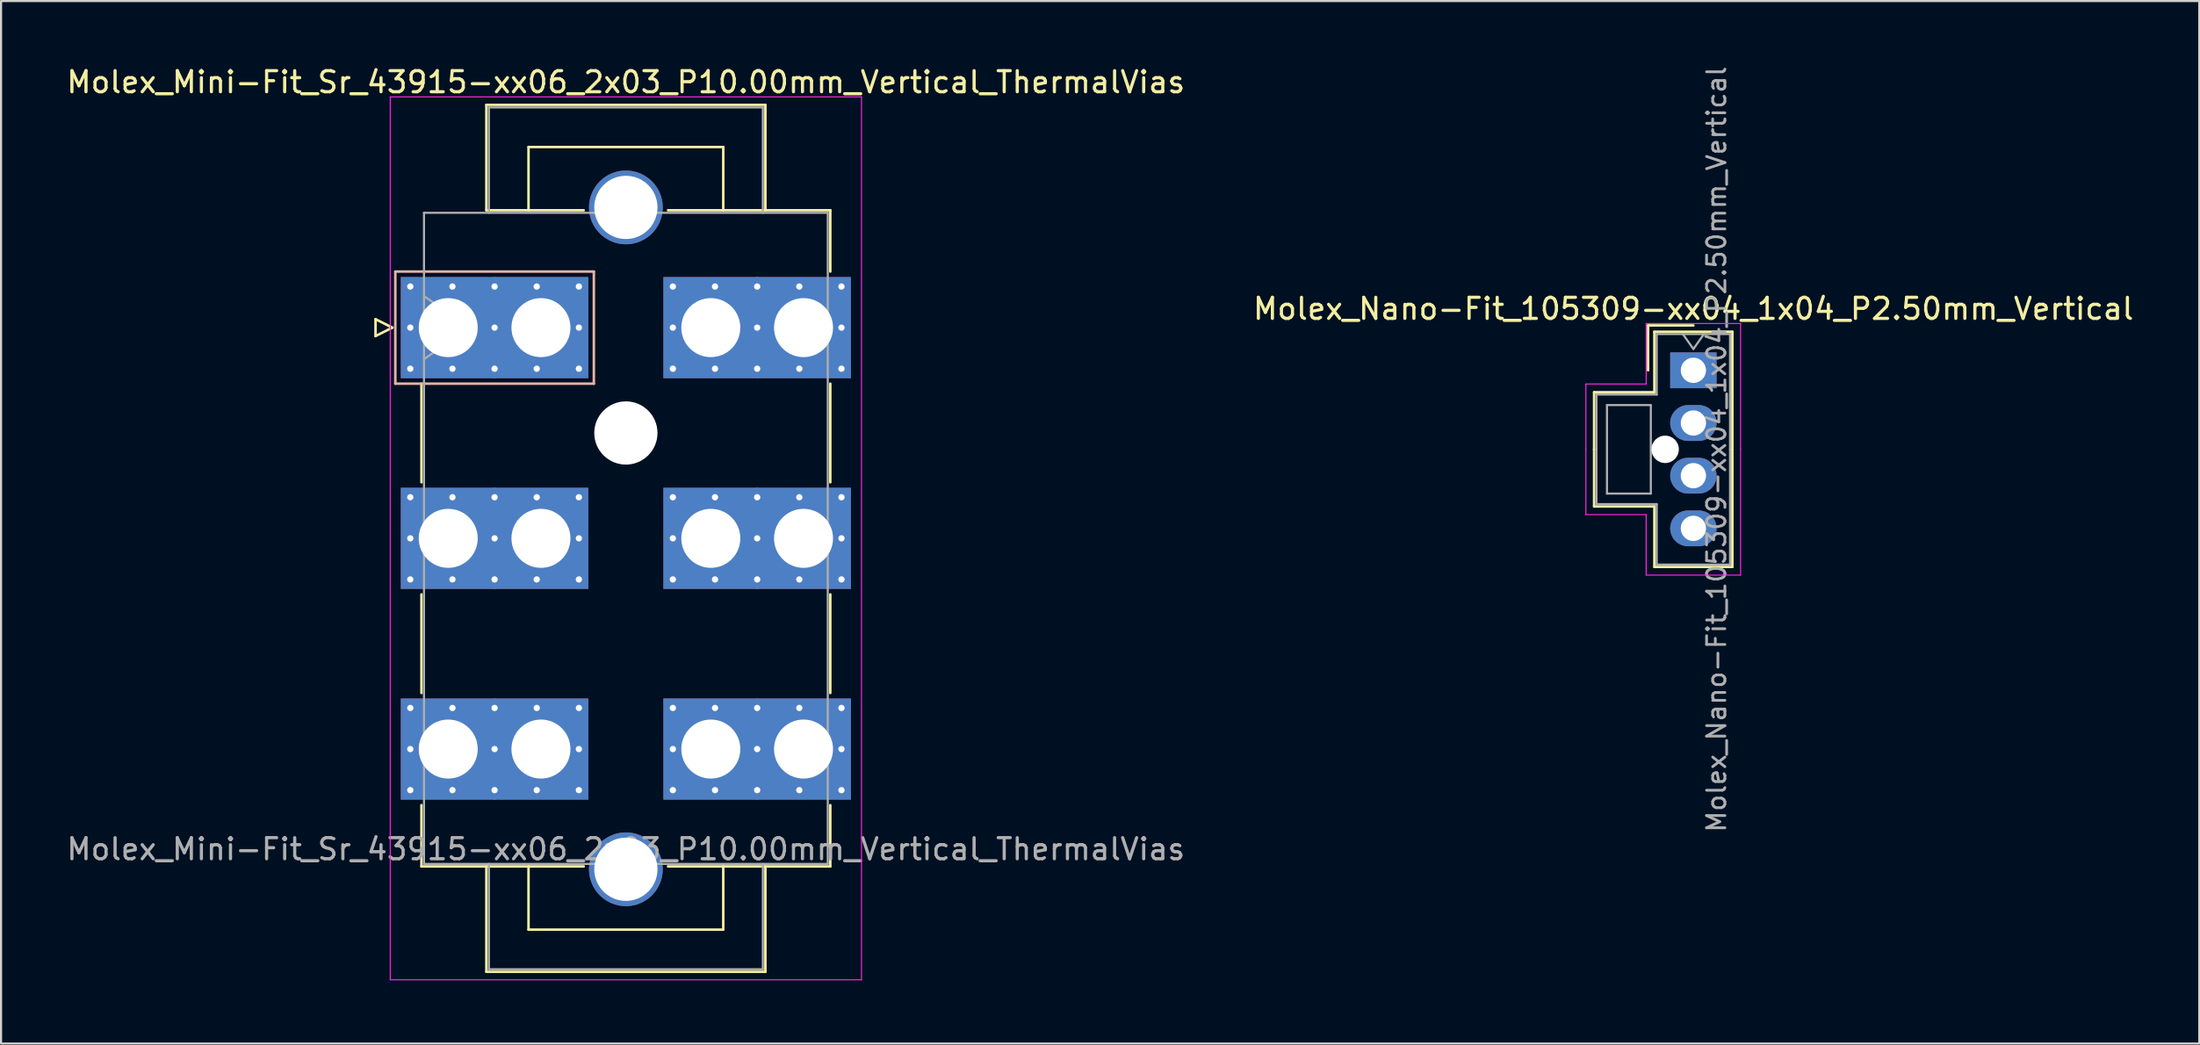
<source format=kicad_pcb>
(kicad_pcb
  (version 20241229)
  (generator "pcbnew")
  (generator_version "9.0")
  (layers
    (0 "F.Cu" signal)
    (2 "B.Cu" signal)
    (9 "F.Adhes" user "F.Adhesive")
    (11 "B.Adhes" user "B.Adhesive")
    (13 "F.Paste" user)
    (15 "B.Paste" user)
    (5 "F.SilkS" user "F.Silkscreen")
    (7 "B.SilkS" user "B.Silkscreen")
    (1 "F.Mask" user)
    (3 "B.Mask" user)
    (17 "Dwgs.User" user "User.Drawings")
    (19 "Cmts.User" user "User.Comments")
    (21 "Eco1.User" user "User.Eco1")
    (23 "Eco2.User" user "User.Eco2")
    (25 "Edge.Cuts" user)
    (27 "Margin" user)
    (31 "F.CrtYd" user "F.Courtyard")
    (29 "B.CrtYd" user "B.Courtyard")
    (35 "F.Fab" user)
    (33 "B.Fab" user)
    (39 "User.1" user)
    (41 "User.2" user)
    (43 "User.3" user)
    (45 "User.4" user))
  (footprint "Molex_Mini-Fit_Sr_43915-xx06_2x03_P10.00mm_Vertical_ThermalVias"
    (layer "F.Cu")
    (at 18.219 12.498)
    (property "Reference" "Molex_Mini-Fit_Sr_43915-xx06_2x03_P10.00mm_Vertical_ThermalVias" (at 8.43 -11.65 0) (layer "F.SilkS") (effects (font (size 1 1) (thickness 0.15))))
    (attr through_hole)
    (fp_line (start -3.45 -0.4) (end -3.45 0.4) (stroke (width 0.12) (type solid)) (layer "F.SilkS"))
    (fp_line (start -3.45 0.4) (end -2.65 0) (stroke (width 0.12) (type solid)) (layer "F.SilkS"))
    (fp_line (start -2.65 0) (end -3.45 -0.4) (stroke (width 0.12) (type solid)) (layer "F.SilkS"))
    (fp_line (start -1.27 2.66) (end -1.27 7.34) (stroke (width 0.12) (type solid)) (layer "F.SilkS"))
    (fp_line (start -1.27 12.66) (end -1.27 17.34) (stroke (width 0.12) (type solid)) (layer "F.SilkS"))
    (fp_line (start -1.27 22.66) (end -1.27 25.57) (stroke (width 0.12) (type solid)) (layer "F.SilkS"))
    (fp_line (start -1.27 25.57) (end 6.43 25.57) (stroke (width 0.12) (type solid)) (layer "F.SilkS"))
    (fp_line (start 1.81 -10.57) (end 15.05 -10.57) (stroke (width 0.12) (type solid)) (layer "F.SilkS"))
    (fp_line (start 1.81 -5.57) (end 1.81 -10.57) (stroke (width 0.12) (type solid)) (layer "F.SilkS"))
    (fp_line (start 1.81 25.57) (end 1.81 30.57) (stroke (width 0.12) (type solid)) (layer "F.SilkS"))
    (fp_line (start 1.81 30.57) (end 15.05 30.57) (stroke (width 0.12) (type solid)) (layer "F.SilkS"))
    (fp_line (start 3.81 -8.57) (end 13.05 -8.57) (stroke (width 0.12) (type solid)) (layer "F.SilkS"))
    (fp_line (start 3.81 -5.57) (end 3.81 -8.57) (stroke (width 0.12) (type solid)) (layer "F.SilkS"))
    (fp_line (start 3.81 25.57) (end 3.81 28.57) (stroke (width 0.12) (type solid)) (layer "F.SilkS"))
    (fp_line (start 3.81 28.57) (end 13.05 28.57) (stroke (width 0.12) (type solid)) (layer "F.SilkS"))
    (fp_line (start 6.43 -5.57) (end 1.81 -5.57) (stroke (width 0.12) (type solid)) (layer "F.SilkS"))
    (fp_line (start 13.05 -8.57) (end 13.05 -5.57) (stroke (width 0.12) (type solid)) (layer "F.SilkS"))
    (fp_line (start 13.05 28.57) (end 13.05 25.57) (stroke (width 0.12) (type solid)) (layer "F.SilkS"))
    (fp_line (start 15.05 -10.57) (end 15.05 -5.57) (stroke (width 0.12) (type solid)) (layer "F.SilkS"))
    (fp_line (start 15.05 30.57) (end 15.05 25.57) (stroke (width 0.12) (type solid)) (layer "F.SilkS"))
    (fp_line (start 18.13 -5.57) (end 10.43 -5.57) (stroke (width 0.12) (type solid)) (layer "F.SilkS"))
    (fp_line (start 18.13 -2.66) (end 18.13 -5.57) (stroke (width 0.12) (type solid)) (layer "F.SilkS"))
    (fp_line (start 18.13 2.66) (end 18.13 7.34) (stroke (width 0.12) (type solid)) (layer "F.SilkS"))
    (fp_line (start 18.13 12.66) (end 18.13 17.34) (stroke (width 0.12) (type solid)) (layer "F.SilkS"))
    (fp_line (start 18.13 22.66) (end 18.13 25.57) (stroke (width 0.12) (type solid)) (layer "F.SilkS"))
    (fp_line (start 18.13 25.57) (end 10.43 25.57) (stroke (width 0.12) (type solid)) (layer "F.SilkS"))
    (fp_line (start -2.51 -2.66) (end -2.51 2.66) (stroke (width 0.12) (type solid)) (layer "B.SilkS"))
    (fp_line (start -2.51 2.66) (end 6.91 2.66) (stroke (width 0.12) (type solid)) (layer "B.SilkS"))
    (fp_line (start 6.91 -2.66) (end -2.51 -2.66) (stroke (width 0.12) (type solid)) (layer "B.SilkS"))
    (fp_line (start 6.91 2.66) (end 6.91 -2.66) (stroke (width 0.12) (type solid)) (layer "B.SilkS"))
    (fp_line (start -2.75 -10.95) (end -2.75 30.95) (stroke (width 0.05) (type solid)) (layer "F.CrtYd"))
    (fp_line (start -2.75 30.95) (end 19.61 30.95) (stroke (width 0.05) (type solid)) (layer "F.CrtYd"))
    (fp_line (start 19.61 -10.95) (end -2.75 -10.95) (stroke (width 0.05) (type solid)) (layer "F.CrtYd"))
    (fp_line (start 19.61 30.95) (end 19.61 -10.95) (stroke (width 0.05) (type solid)) (layer "F.CrtYd"))
    (fp_line (start -1.15 -5.45) (end -1.15 25.45) (stroke (width 0.1) (type solid)) (layer "F.Fab"))
    (fp_line (start -1.15 -1.5) (end 0.971 0) (stroke (width 0.1) (type solid)) (layer "F.Fab"))
    (fp_line (start -1.15 25.45) (end 18.01 25.45) (stroke (width 0.1) (type solid)) (layer "F.Fab"))
    (fp_line (start 0.971 0) (end -1.15 1.5) (stroke (width 0.1) (type solid)) (layer "F.Fab"))
    (fp_line (start 1.93 -10.45) (end 14.93 -10.45) (stroke (width 0.1) (type solid)) (layer "F.Fab"))
    (fp_line (start 1.93 -5.45) (end 1.93 -10.45) (stroke (width 0.1) (type solid)) (layer "F.Fab"))
    (fp_line (start 1.93 25.45) (end 1.93 30.45) (stroke (width 0.1) (type solid)) (layer "F.Fab"))
    (fp_line (start 1.93 30.45) (end 14.93 30.45) (stroke (width 0.1) (type solid)) (layer "F.Fab"))
    (fp_line (start 14.93 -10.45) (end 14.93 -5.45) (stroke (width 0.1) (type solid)) (layer "F.Fab"))
    (fp_line (start 14.93 30.45) (end 14.93 25.45) (stroke (width 0.1) (type solid)) (layer "F.Fab"))
    (fp_line (start 18.01 -5.45) (end -1.15 -5.45) (stroke (width 0.1) (type solid)) (layer "F.Fab"))
    (fp_line (start 18.01 25.45) (end 18.01 -5.45) (stroke (width 0.1) (type solid)) (layer "F.Fab"))
    (fp_text user "${REFERENCE}" (at 8.43 24.75 0) (layer "F.Fab") (effects (font (size 1 1) (thickness 0.15))))
    (pad "" thru_hole circle (at 8.43 -5.705) (size 3.5 3.5) (drill 3) (layers "*.Cu" "*.Mask"))
    (pad "" np_thru_hole circle (at 8.43 5) (size 3 3) (drill 3) (layers "*.Cu" "*.Mask"))
    (pad "" thru_hole circle (at 8.43 25.705) (size 3.5 3.5) (drill 3) (layers "*.Cu" "*.Mask"))
    (pad "1" thru_hole rect (at -1.8 -1.95) (size 0.6 0.6) (drill 0.3) (layers "*.Cu" "*.Mask"))
    (pad "1" thru_hole rect (at -1.8 0) (size 0.6 0.6) (drill 0.3) (layers "*.Cu" "*.Mask"))
    (pad "1" thru_hole rect (at -1.8 1.95) (size 0.6 0.6) (drill 0.3) (layers "*.Cu" "*.Mask"))
    (pad "1" thru_hole rect (at 0 0) (size 4.5 4.8) (drill 2.8) (layers "*.Cu" "*.Mask"))
    (pad "1" thru_hole rect (at 0.2 -1.95) (size 0.6 0.6) (drill 0.3) (layers "*.Cu" "*.Mask"))
    (pad "1" thru_hole rect (at 0.2 1.95) (size 0.6 0.6) (drill 0.3) (layers "*.Cu" "*.Mask"))
    (pad "1" thru_hole rect (at 2.2 -1.95) (size 0.6 0.6) (drill 0.3) (layers "*.Cu" "*.Mask"))
    (pad "1" thru_hole rect (at 2.2 0) (size 0.6 0.6) (drill 0.3) (layers "*.Cu" "*.Mask"))
    (pad "1" thru_hole rect (at 2.2 1.95) (size 0.6 0.6) (drill 0.3) (layers "*.Cu" "*.Mask"))
    (pad "1" thru_hole rect (at 4.2 -1.95) (size 0.6 0.6) (drill 0.3) (layers "*.Cu" "*.Mask"))
    (pad "1" thru_hole rect (at 4.2 1.95) (size 0.6 0.6) (drill 0.3) (layers "*.Cu" "*.Mask"))
    (pad "1" thru_hole rect (at 4.4 0) (size 4.5 4.8) (drill 2.8) (layers "*.Cu" "*.Mask"))
    (pad "1" thru_hole rect (at 6.2 -1.95) (size 0.6 0.6) (drill 0.3) (layers "*.Cu" "*.Mask"))
    (pad "1" thru_hole rect (at 6.2 0) (size 0.6 0.6) (drill 0.3) (layers "*.Cu" "*.Mask"))
    (pad "1" thru_hole rect (at 6.2 1.95) (size 0.6 0.6) (drill 0.3) (layers "*.Cu" "*.Mask"))
    (pad "2" thru_hole circle (at -1.8 8.05) (size 0.6 0.6) (drill 0.3) (layers "*.Cu" "*.Mask"))
    (pad "2" thru_hole circle (at -1.8 10) (size 0.6 0.6) (drill 0.3) (layers "*.Cu" "*.Mask"))
    (pad "2" thru_hole circle (at -1.8 11.95) (size 0.6 0.6) (drill 0.3) (layers "*.Cu" "*.Mask"))
    (pad "2" thru_hole rect (at 0 10) (size 4.5 4.8) (drill 2.8) (layers "*.Cu" "*.Mask"))
    (pad "2" thru_hole circle (at 0.2 8.05) (size 0.6 0.6) (drill 0.3) (layers "*.Cu" "*.Mask"))
    (pad "2" thru_hole circle (at 0.2 11.95) (size 0.6 0.6) (drill 0.3) (layers "*.Cu" "*.Mask"))
    (pad "2" thru_hole circle (at 2.2 8.05) (size 0.6 0.6) (drill 0.3) (layers "*.Cu" "*.Mask"))
    (pad "2" thru_hole circle (at 2.2 10) (size 0.6 0.6) (drill 0.3) (layers "*.Cu" "*.Mask"))
    (pad "2" thru_hole circle (at 2.2 11.95) (size 0.6 0.6) (drill 0.3) (layers "*.Cu" "*.Mask"))
    (pad "2" thru_hole circle (at 4.2 8.05) (size 0.6 0.6) (drill 0.3) (layers "*.Cu" "*.Mask"))
    (pad "2" thru_hole circle (at 4.2 11.95) (size 0.6 0.6) (drill 0.3) (layers "*.Cu" "*.Mask"))
    (pad "2" thru_hole rect (at 4.4 10) (size 4.5 4.8) (drill 2.8) (layers "*.Cu" "*.Mask"))
    (pad "2" thru_hole circle (at 6.2 8.05) (size 0.6 0.6) (drill 0.3) (layers "*.Cu" "*.Mask"))
    (pad "2" thru_hole circle (at 6.2 10) (size 0.6 0.6) (drill 0.3) (layers "*.Cu" "*.Mask"))
    (pad "2" thru_hole circle (at 6.2 11.95) (size 0.6 0.6) (drill 0.3) (layers "*.Cu" "*.Mask"))
    (pad "3" thru_hole circle (at -1.8 18.05) (size 0.6 0.6) (drill 0.3) (layers "*.Cu" "*.Mask"))
    (pad "3" thru_hole circle (at -1.8 20) (size 0.6 0.6) (drill 0.3) (layers "*.Cu" "*.Mask"))
    (pad "3" thru_hole circle (at -1.8 21.95) (size 0.6 0.6) (drill 0.3) (layers "*.Cu" "*.Mask"))
    (pad "3" thru_hole rect (at 0 20) (size 4.5 4.8) (drill 2.8) (layers "*.Cu" "*.Mask"))
    (pad "3" thru_hole circle (at 0.2 18.05) (size 0.6 0.6) (drill 0.3) (layers "*.Cu" "*.Mask"))
    (pad "3" thru_hole circle (at 0.2 21.95) (size 0.6 0.6) (drill 0.3) (layers "*.Cu" "*.Mask"))
    (pad "3" thru_hole circle (at 2.2 18.05) (size 0.6 0.6) (drill 0.3) (layers "*.Cu" "*.Mask"))
    (pad "3" thru_hole circle (at 2.2 20) (size 0.6 0.6) (drill 0.3) (layers "*.Cu" "*.Mask"))
    (pad "3" thru_hole circle (at 2.2 21.95) (size 0.6 0.6) (drill 0.3) (layers "*.Cu" "*.Mask"))
    (pad "3" thru_hole circle (at 4.2 18.05) (size 0.6 0.6) (drill 0.3) (layers "*.Cu" "*.Mask"))
    (pad "3" thru_hole circle (at 4.2 21.95) (size 0.6 0.6) (drill 0.3) (layers "*.Cu" "*.Mask"))
    (pad "3" thru_hole rect (at 4.4 20) (size 4.5 4.8) (drill 2.8) (layers "*.Cu" "*.Mask"))
    (pad "3" thru_hole circle (at 6.2 18.05) (size 0.6 0.6) (drill 0.3) (layers "*.Cu" "*.Mask"))
    (pad "3" thru_hole circle (at 6.2 20) (size 0.6 0.6) (drill 0.3) (layers "*.Cu" "*.Mask"))
    (pad "3" thru_hole circle (at 6.2 21.95) (size 0.6 0.6) (drill 0.3) (layers "*.Cu" "*.Mask"))
    (pad "4" thru_hole circle (at 10.66 -1.95) (size 0.6 0.6) (drill 0.3) (layers "*.Cu" "*.Mask"))
    (pad "4" thru_hole circle (at 10.66 0) (size 0.6 0.6) (drill 0.3) (layers "*.Cu" "*.Mask"))
    (pad "4" thru_hole circle (at 10.66 1.95) (size 0.6 0.6) (drill 0.3) (layers "*.Cu" "*.Mask"))
    (pad "4" thru_hole rect (at 12.46 0) (size 4.5 4.8) (drill 2.8) (layers "*.Cu" "*.Mask"))
    (pad "4" thru_hole circle (at 12.66 -1.95) (size 0.6 0.6) (drill 0.3) (layers "*.Cu" "*.Mask"))
    (pad "4" thru_hole circle (at 12.66 1.95) (size 0.6 0.6) (drill 0.3) (layers "*.Cu" "*.Mask"))
    (pad "4" thru_hole circle (at 14.66 -1.95) (size 0.6 0.6) (drill 0.3) (layers "*.Cu" "*.Mask"))
    (pad "4" thru_hole circle (at 14.66 0) (size 0.6 0.6) (drill 0.3) (layers "*.Cu" "*.Mask"))
    (pad "4" thru_hole circle (at 14.66 1.95) (size 0.6 0.6) (drill 0.3) (layers "*.Cu" "*.Mask"))
    (pad "4" thru_hole circle (at 16.66 -1.95) (size 0.6 0.6) (drill 0.3) (layers "*.Cu" "*.Mask"))
    (pad "4" thru_hole circle (at 16.66 1.95) (size 0.6 0.6) (drill 0.3) (layers "*.Cu" "*.Mask"))
    (pad "4" thru_hole rect (at 16.86 0) (size 4.5 4.8) (drill 2.8) (layers "*.Cu" "*.Mask"))
    (pad "4" thru_hole circle (at 18.66 -1.95) (size 0.6 0.6) (drill 0.3) (layers "*.Cu" "*.Mask"))
    (pad "4" thru_hole circle (at 18.66 0) (size 0.6 0.6) (drill 0.3) (layers "*.Cu" "*.Mask"))
    (pad "4" thru_hole circle (at 18.66 1.95) (size 0.6 0.6) (drill 0.3) (layers "*.Cu" "*.Mask"))
    (pad "5" thru_hole circle (at 10.66 8.05) (size 0.6 0.6) (drill 0.3) (layers "*.Cu" "*.Mask"))
    (pad "5" thru_hole circle (at 10.66 10) (size 0.6 0.6) (drill 0.3) (layers "*.Cu" "*.Mask"))
    (pad "5" thru_hole circle (at 10.66 11.95) (size 0.6 0.6) (drill 0.3) (layers "*.Cu" "*.Mask"))
    (pad "5" thru_hole rect (at 12.46 10) (size 4.5 4.8) (drill 2.8) (layers "*.Cu" "*.Mask"))
    (pad "5" thru_hole circle (at 12.66 8.05) (size 0.6 0.6) (drill 0.3) (layers "*.Cu" "*.Mask"))
    (pad "5" thru_hole circle (at 12.66 11.95) (size 0.6 0.6) (drill 0.3) (layers "*.Cu" "*.Mask"))
    (pad "5" thru_hole circle (at 14.66 8.05) (size 0.6 0.6) (drill 0.3) (layers "*.Cu" "*.Mask"))
    (pad "5" thru_hole circle (at 14.66 10) (size 0.6 0.6) (drill 0.3) (layers "*.Cu" "*.Mask"))
    (pad "5" thru_hole circle (at 14.66 11.95) (size 0.6 0.6) (drill 0.3) (layers "*.Cu" "*.Mask"))
    (pad "5" thru_hole circle (at 16.66 8.05) (size 0.6 0.6) (drill 0.3) (layers "*.Cu" "*.Mask"))
    (pad "5" thru_hole circle (at 16.66 11.95) (size 0.6 0.6) (drill 0.3) (layers "*.Cu" "*.Mask"))
    (pad "5" thru_hole rect (at 16.86 10) (size 4.5 4.8) (drill 2.8) (layers "*.Cu" "*.Mask"))
    (pad "5" thru_hole circle (at 18.66 8.05) (size 0.6 0.6) (drill 0.3) (layers "*.Cu" "*.Mask"))
    (pad "5" thru_hole circle (at 18.66 10) (size 0.6 0.6) (drill 0.3) (layers "*.Cu" "*.Mask"))
    (pad "5" thru_hole circle (at 18.66 11.95) (size 0.6 0.6) (drill 0.3) (layers "*.Cu" "*.Mask"))
    (pad "6" thru_hole circle (at 10.66 18.05) (size 0.6 0.6) (drill 0.3) (layers "*.Cu" "*.Mask"))
    (pad "6" thru_hole circle (at 10.66 20) (size 0.6 0.6) (drill 0.3) (layers "*.Cu" "*.Mask"))
    (pad "6" thru_hole circle (at 10.66 21.95) (size 0.6 0.6) (drill 0.3) (layers "*.Cu" "*.Mask"))
    (pad "6" thru_hole rect (at 12.46 20) (size 4.5 4.8) (drill 2.8) (layers "*.Cu" "*.Mask"))
    (pad "6" thru_hole circle (at 12.66 18.05) (size 0.6 0.6) (drill 0.3) (layers "*.Cu" "*.Mask"))
    (pad "6" thru_hole circle (at 12.66 21.95) (size 0.6 0.6) (drill 0.3) (layers "*.Cu" "*.Mask"))
    (pad "6" thru_hole circle (at 14.66 18.05) (size 0.6 0.6) (drill 0.3) (layers "*.Cu" "*.Mask"))
    (pad "6" thru_hole circle (at 14.66 20) (size 0.6 0.6) (drill 0.3) (layers "*.Cu" "*.Mask"))
    (pad "6" thru_hole circle (at 14.66 21.95) (size 0.6 0.6) (drill 0.3) (layers "*.Cu" "*.Mask"))
    (pad "6" thru_hole circle (at 16.66 18.05) (size 0.6 0.6) (drill 0.3) (layers "*.Cu" "*.Mask"))
    (pad "6" thru_hole circle (at 16.66 21.95) (size 0.6 0.6) (drill 0.3) (layers "*.Cu" "*.Mask"))
    (pad "6" thru_hole rect (at 16.86 20) (size 4.5 4.8) (drill 2.8) (layers "*.Cu" "*.Mask"))
    (pad "6" thru_hole circle (at 18.66 18.05) (size 0.6 0.6) (drill 0.3) (layers "*.Cu" "*.Mask"))
    (pad "6" thru_hole circle (at 18.66 20) (size 0.6 0.6) (drill 0.3) (layers "*.Cu" "*.Mask"))
    (pad "6" thru_hole circle (at 18.66 21.95) (size 0.6 0.6) (drill 0.3) (layers "*.Cu" "*.Mask")))
  (footprint "Molex_Nano-Fit_105309-xx04_1x04_P2.50mm_Vertical"
    (layer "F.Cu")
    (at 77.304 14.524)
    (property "Reference" "Molex_Nano-Fit_105309-xx04_1x04_P2.50mm_Vertical" (at 0 -2.92 0) (layer "F.SilkS") (effects (font (size 1 1) (thickness 0.15))))
    (attr through_hole)
    (fp_line (start -4.71 1.04) (end -4.71 3.75) (stroke (width 0.12) (type solid)) (layer "F.SilkS"))
    (fp_line (start -4.71 6.46) (end -4.71 3.75) (stroke (width 0.12) (type solid)) (layer "F.SilkS"))
    (fp_line (start -2.15 -2.13) (end -2.15 0) (stroke (width 0.12) (type solid)) (layer "F.SilkS"))
    (fp_line (start -1.85 -1.83) (end -1.85 1.04) (stroke (width 0.12) (type solid)) (layer "F.SilkS"))
    (fp_line (start -1.85 1.04) (end -4.71 1.04) (stroke (width 0.12) (type solid)) (layer "F.SilkS"))
    (fp_line (start -1.85 6.46) (end -4.71 6.46) (stroke (width 0.12) (type solid)) (layer "F.SilkS"))
    (fp_line (start -1.85 9.33) (end -1.85 6.46) (stroke (width 0.12) (type solid)) (layer "F.SilkS"))
    (fp_line (start 0 -2.13) (end -2.15 -2.13) (stroke (width 0.12) (type solid)) (layer "F.SilkS"))
    (fp_line (start 1.85 -1.83) (end -1.85 -1.83) (stroke (width 0.12) (type solid)) (layer "F.SilkS"))
    (fp_line (start 1.85 3.75) (end 1.85 -1.83) (stroke (width 0.12) (type solid)) (layer "F.SilkS"))
    (fp_line (start 1.85 3.75) (end 1.85 9.33) (stroke (width 0.12) (type solid)) (layer "F.SilkS"))
    (fp_line (start 1.85 9.33) (end -1.85 9.33) (stroke (width 0.12) (type solid)) (layer "F.SilkS"))
    (fp_line (start -5.1 0.65) (end -5.1 3.75) (stroke (width 0.05) (type solid)) (layer "F.CrtYd"))
    (fp_line (start -5.1 6.85) (end -5.1 3.75) (stroke (width 0.05) (type solid)) (layer "F.CrtYd"))
    (fp_line (start -2.24 -2.22) (end -2.24 0.65) (stroke (width 0.05) (type solid)) (layer "F.CrtYd"))
    (fp_line (start -2.24 0.65) (end -5.1 0.65) (stroke (width 0.05) (type solid)) (layer "F.CrtYd"))
    (fp_line (start -2.24 6.85) (end -5.1 6.85) (stroke (width 0.05) (type solid)) (layer "F.CrtYd"))
    (fp_line (start -2.24 9.72) (end -2.24 6.85) (stroke (width 0.05) (type solid)) (layer "F.CrtYd"))
    (fp_line (start 2.24 -2.22) (end -2.24 -2.22) (stroke (width 0.05) (type solid)) (layer "F.CrtYd"))
    (fp_line (start 2.24 3.75) (end 2.24 -2.22) (stroke (width 0.05) (type solid)) (layer "F.CrtYd"))
    (fp_line (start 2.24 3.75) (end 2.24 9.72) (stroke (width 0.05) (type solid)) (layer "F.CrtYd"))
    (fp_line (start 2.24 9.72) (end -2.24 9.72) (stroke (width 0.05) (type solid)) (layer "F.CrtYd"))
    (fp_line (start -4.6 1.15) (end -4.6 3.75) (stroke (width 0.1) (type solid)) (layer "F.Fab"))
    (fp_line (start -4.6 6.35) (end -4.6 3.75) (stroke (width 0.1) (type solid)) (layer "F.Fab"))
    (fp_line (start -4.1 1.65) (end -4.1 5.85) (stroke (width 0.1) (type solid)) (layer "F.Fab"))
    (fp_line (start -4.1 5.85) (end -2.02 5.85) (stroke (width 0.1) (type solid)) (layer "F.Fab"))
    (fp_line (start -2.02 1.65) (end -4.1 1.65) (stroke (width 0.1) (type solid)) (layer "F.Fab"))
    (fp_line (start -2.02 5.85) (end -2.02 1.65) (stroke (width 0.1) (type solid)) (layer "F.Fab"))
    (fp_line (start -1.74 -1.72) (end -1.74 1.15) (stroke (width 0.1) (type solid)) (layer "F.Fab"))
    (fp_line (start -1.74 1.15) (end -4.6 1.15) (stroke (width 0.1) (type solid)) (layer "F.Fab"))
    (fp_line (start -1.74 6.35) (end -4.6 6.35) (stroke (width 0.1) (type solid)) (layer "F.Fab"))
    (fp_line (start -1.74 9.22) (end -1.74 6.35) (stroke (width 0.1) (type solid)) (layer "F.Fab"))
    (fp_line (start -0.5 -1.72) (end 0 -1.013) (stroke (width 0.1) (type solid)) (layer "F.Fab"))
    (fp_line (start 0 -1.013) (end 0.5 -1.72) (stroke (width 0.1) (type solid)) (layer "F.Fab"))
    (fp_line (start 1.74 -1.72) (end -1.74 -1.72) (stroke (width 0.1) (type solid)) (layer "F.Fab"))
    (fp_line (start 1.74 3.75) (end 1.74 -1.72) (stroke (width 0.1) (type solid)) (layer "F.Fab"))
    (fp_line (start 1.74 3.75) (end 1.74 9.22) (stroke (width 0.1) (type solid)) (layer "F.Fab"))
    (fp_line (start 1.74 9.22) (end -1.74 9.22) (stroke (width 0.1) (type solid)) (layer "F.Fab"))
    (fp_text user "${REFERENCE}" (at 1.1 3.75 90) (layer "F.Fab") (effects (font (size 0.87 0.87) (thickness 0.13))))
    (pad "" np_thru_hole circle (at -1.34 3.75) (size 1.3 1.3) (drill 1.3) (layers "*.Cu" "*.Mask"))
    (pad "1" thru_hole rect (at 0 0) (size 2.2 1.7) (drill 1.2) (layers "*.Cu" "*.Mask"))
    (pad "2" thru_hole oval (at 0 2.5) (size 2.2 1.7) (drill 1.2) (layers "*.Cu" "*.Mask"))
    (pad "3" thru_hole oval (at 0 5) (size 2.2 1.7) (drill 1.2) (layers "*.Cu" "*.Mask"))
    (pad "4" thru_hole oval (at 0 7.5) (size 2.2 1.7) (drill 1.2) (layers "*.Cu" "*.Mask")))
  (gr_rect
    (start -3 -3)
    (end 101.31 46.473)
    (stroke (width 0.1) (type default))
    (fill no)
    (layer "Edge.Cuts")))
</source>
